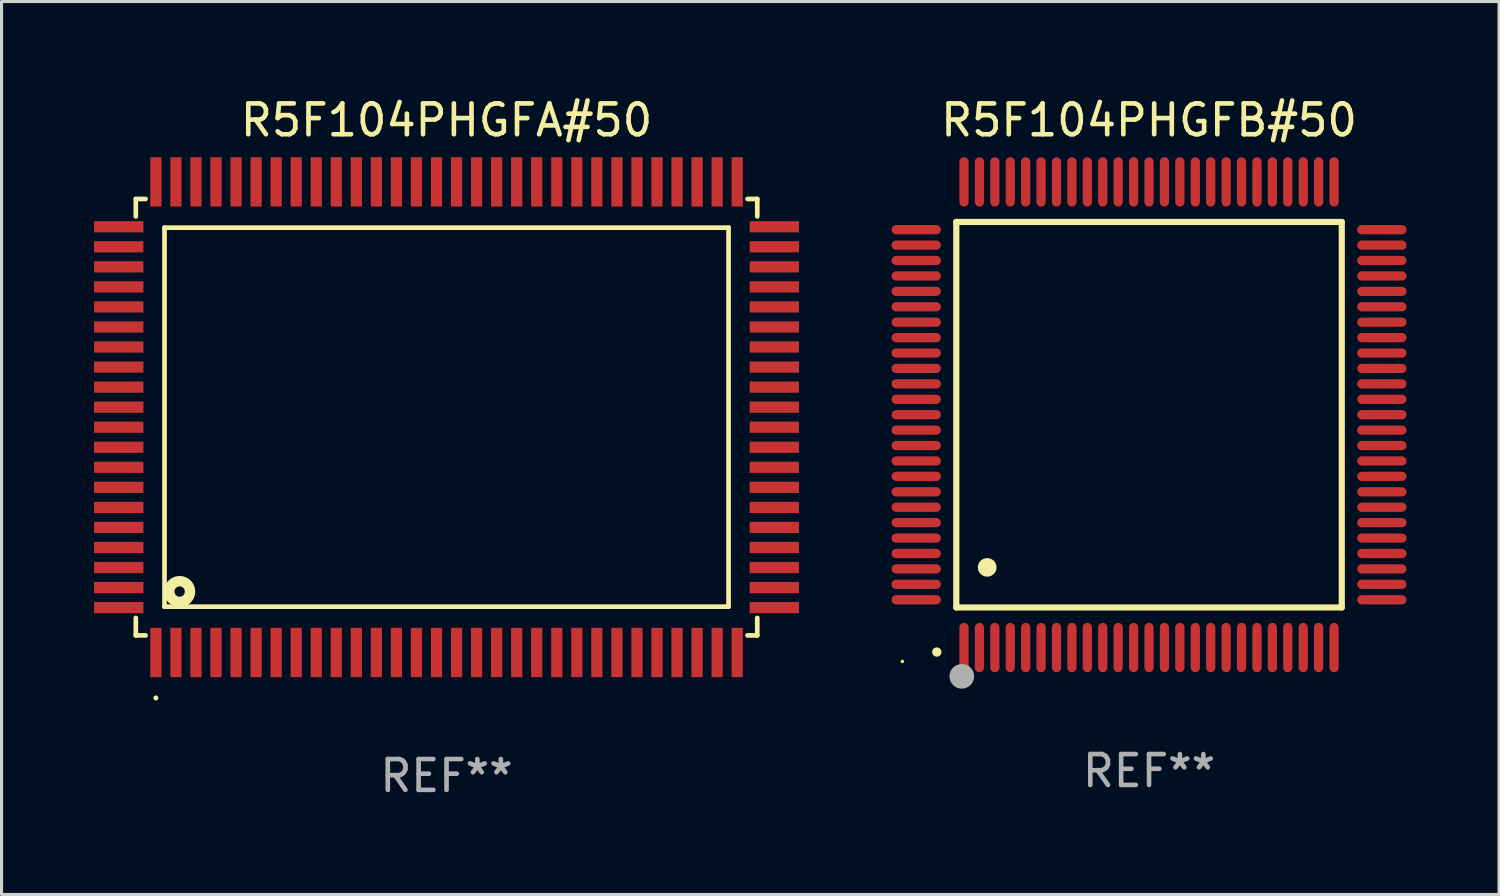
<source format=kicad_pcb>
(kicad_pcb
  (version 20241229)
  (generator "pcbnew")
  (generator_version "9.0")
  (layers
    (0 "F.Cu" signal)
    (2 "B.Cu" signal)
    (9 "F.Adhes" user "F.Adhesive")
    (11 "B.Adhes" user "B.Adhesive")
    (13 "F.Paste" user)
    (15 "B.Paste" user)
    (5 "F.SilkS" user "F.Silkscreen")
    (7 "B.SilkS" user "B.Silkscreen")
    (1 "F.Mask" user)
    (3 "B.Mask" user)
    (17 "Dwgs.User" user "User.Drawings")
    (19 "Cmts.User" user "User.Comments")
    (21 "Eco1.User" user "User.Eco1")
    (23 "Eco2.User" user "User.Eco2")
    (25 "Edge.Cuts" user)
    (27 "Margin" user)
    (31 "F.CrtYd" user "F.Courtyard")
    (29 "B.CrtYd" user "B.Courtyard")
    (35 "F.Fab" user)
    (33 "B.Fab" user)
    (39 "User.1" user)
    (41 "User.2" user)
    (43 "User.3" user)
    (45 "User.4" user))
  (footprint "R5F104PHGFB#50"
    (layer "F.Cu")
    (at 34.21 10.398)
    (property "Reference" "R5F104PHGFB#50" (at 0 -9.55 0) (layer "F.SilkS") (effects (font (size 1 1) (thickness 0.15))))
    (attr through_hole)
    (fp_line (start -6.25 -6.25) (end -6.25 6.25) (stroke (width 0.2) (type solid)) (layer "F.SilkS"))
    (fp_line (start -6.25 6.25) (end 6.25 6.25) (stroke (width 0.2) (type solid)) (layer "F.SilkS"))
    (fp_line (start 6.25 -6.25) (end -6.25 -6.25) (stroke (width 0.2) (type solid)) (layer "F.SilkS"))
    (fp_line (start 6.25 6.25) (end 6.25 -6.25) (stroke (width 0.2) (type solid)) (layer "F.SilkS"))
    (fp_arc (start -6.883414 7.696215) (mid -6.882144 7.69621) (end -6.880874 7.696215) (stroke (width 0.3) (type solid)) (layer "F.SilkS"))
    (fp_arc (start -5.250191 4.95047) (mid -5.247651 4.950459) (end -5.245111 4.95047) (stroke (width 0.6) (type solid)) (layer "F.SilkS"))
    (fp_circle (center -8 8) (end -7.97 8) (stroke (width 0.06) (type solid)) (fill no) (layer "F.SilkS"))
    (fp_circle (center -6.071 8.484) (end -5.871 8.484) (stroke (width 0.4) (type solid)) (fill no) (layer "F.Fab"))
    (fp_text user "REF**" (at 0 11.55 0) (layer "F.Fab") (effects (font (size 1 1) (thickness 0.15))))
    (pad "1" smd oval (at -6 7.55) (size 0.3 1.6) (layers "F.Cu" "F.Mask" "F.Paste"))
    (pad "2" smd oval (at -5.5 7.55) (size 0.3 1.6) (layers "F.Cu" "F.Mask" "F.Paste"))
    (pad "3" smd oval (at -5 7.55) (size 0.3 1.6) (layers "F.Cu" "F.Mask" "F.Paste"))
    (pad "4" smd oval (at -4.5 7.55) (size 0.3 1.6) (layers "F.Cu" "F.Mask" "F.Paste"))
    (pad "5" smd oval (at -4 7.55) (size 0.3 1.6) (layers "F.Cu" "F.Mask" "F.Paste"))
    (pad "6" smd oval (at -3.5 7.55) (size 0.3 1.6) (layers "F.Cu" "F.Mask" "F.Paste"))
    (pad "7" smd oval (at -3 7.55) (size 0.3 1.6) (layers "F.Cu" "F.Mask" "F.Paste"))
    (pad "8" smd oval (at -2.5 7.55) (size 0.3 1.6) (layers "F.Cu" "F.Mask" "F.Paste"))
    (pad "9" smd oval (at -2 7.55) (size 0.3 1.6) (layers "F.Cu" "F.Mask" "F.Paste"))
    (pad "10" smd oval (at -1.5 7.55) (size 0.3 1.6) (layers "F.Cu" "F.Mask" "F.Paste"))
    (pad "11" smd oval (at -1 7.55) (size 0.3 1.6) (layers "F.Cu" "F.Mask" "F.Paste"))
    (pad "12" smd oval (at -0.5 7.55) (size 0.3 1.6) (layers "F.Cu" "F.Mask" "F.Paste"))
    (pad "13" smd oval (at 0 7.55) (size 0.3 1.6) (layers "F.Cu" "F.Mask" "F.Paste"))
    (pad "14" smd oval (at 0.5 7.55) (size 0.3 1.6) (layers "F.Cu" "F.Mask" "F.Paste"))
    (pad "15" smd oval (at 1 7.55) (size 0.3 1.6) (layers "F.Cu" "F.Mask" "F.Paste"))
    (pad "16" smd oval (at 1.5 7.55) (size 0.3 1.6) (layers "F.Cu" "F.Mask" "F.Paste"))
    (pad "17" smd oval (at 2 7.55) (size 0.3 1.6) (layers "F.Cu" "F.Mask" "F.Paste"))
    (pad "18" smd oval (at 2.5 7.55) (size 0.3 1.6) (layers "F.Cu" "F.Mask" "F.Paste"))
    (pad "19" smd oval (at 3 7.55) (size 0.3 1.6) (layers "F.Cu" "F.Mask" "F.Paste"))
    (pad "20" smd oval (at 3.5 7.55) (size 0.3 1.6) (layers "F.Cu" "F.Mask" "F.Paste"))
    (pad "21" smd oval (at 4 7.55) (size 0.3 1.6) (layers "F.Cu" "F.Mask" "F.Paste"))
    (pad "22" smd oval (at 4.5 7.55) (size 0.3 1.6) (layers "F.Cu" "F.Mask" "F.Paste"))
    (pad "23" smd oval (at 5 7.55) (size 0.3 1.6) (layers "F.Cu" "F.Mask" "F.Paste"))
    (pad "24" smd oval (at 5.5 7.55) (size 0.3 1.6) (layers "F.Cu" "F.Mask" "F.Paste"))
    (pad "25" smd oval (at 6 7.55) (size 0.3 1.6) (layers "F.Cu" "F.Mask" "F.Paste"))
    (pad "26" smd oval (at 7.55 6) (size 1.6 0.3) (layers "F.Cu" "F.Mask" "F.Paste"))
    (pad "27" smd oval (at 7.55 5.5) (size 1.6 0.3) (layers "F.Cu" "F.Mask" "F.Paste"))
    (pad "28" smd oval (at 7.55 5) (size 1.6 0.3) (layers "F.Cu" "F.Mask" "F.Paste"))
    (pad "29" smd oval (at 7.55 4.5) (size 1.6 0.3) (layers "F.Cu" "F.Mask" "F.Paste"))
    (pad "30" smd oval (at 7.55 4) (size 1.6 0.3) (layers "F.Cu" "F.Mask" "F.Paste"))
    (pad "31" smd oval (at 7.55 3.5) (size 1.6 0.3) (layers "F.Cu" "F.Mask" "F.Paste"))
    (pad "32" smd oval (at 7.55 3) (size 1.6 0.3) (layers "F.Cu" "F.Mask" "F.Paste"))
    (pad "33" smd oval (at 7.55 2.5) (size 1.6 0.3) (layers "F.Cu" "F.Mask" "F.Paste"))
    (pad "34" smd oval (at 7.55 2) (size 1.6 0.3) (layers "F.Cu" "F.Mask" "F.Paste"))
    (pad "35" smd oval (at 7.55 1.5) (size 1.6 0.3) (layers "F.Cu" "F.Mask" "F.Paste"))
    (pad "36" smd oval (at 7.55 1) (size 1.6 0.3) (layers "F.Cu" "F.Mask" "F.Paste"))
    (pad "37" smd oval (at 7.55 0.5) (size 1.6 0.3) (layers "F.Cu" "F.Mask" "F.Paste"))
    (pad "38" smd oval (at 7.55 0) (size 1.6 0.3) (layers "F.Cu" "F.Mask" "F.Paste"))
    (pad "39" smd oval (at 7.55 -0.5) (size 1.6 0.3) (layers "F.Cu" "F.Mask" "F.Paste"))
    (pad "40" smd oval (at 7.55 -1) (size 1.6 0.3) (layers "F.Cu" "F.Mask" "F.Paste"))
    (pad "41" smd oval (at 7.55 -1.5) (size 1.6 0.3) (layers "F.Cu" "F.Mask" "F.Paste"))
    (pad "42" smd oval (at 7.55 -2) (size 1.6 0.3) (layers "F.Cu" "F.Mask" "F.Paste"))
    (pad "43" smd oval (at 7.55 -2.5) (size 1.6 0.3) (layers "F.Cu" "F.Mask" "F.Paste"))
    (pad "44" smd oval (at 7.55 -3) (size 1.6 0.3) (layers "F.Cu" "F.Mask" "F.Paste"))
    (pad "45" smd oval (at 7.55 -3.5) (size 1.6 0.3) (layers "F.Cu" "F.Mask" "F.Paste"))
    (pad "46" smd oval (at 7.55 -4) (size 1.6 0.3) (layers "F.Cu" "F.Mask" "F.Paste"))
    (pad "47" smd oval (at 7.55 -4.5) (size 1.6 0.3) (layers "F.Cu" "F.Mask" "F.Paste"))
    (pad "48" smd oval (at 7.55 -5) (size 1.6 0.3) (layers "F.Cu" "F.Mask" "F.Paste"))
    (pad "49" smd oval (at 7.55 -5.5) (size 1.6 0.3) (layers "F.Cu" "F.Mask" "F.Paste"))
    (pad "50" smd oval (at 7.55 -6) (size 1.6 0.3) (layers "F.Cu" "F.Mask" "F.Paste"))
    (pad "51" smd oval (at 6 -7.55) (size 0.3 1.6) (layers "F.Cu" "F.Mask" "F.Paste"))
    (pad "52" smd oval (at 5.5 -7.55) (size 0.3 1.6) (layers "F.Cu" "F.Mask" "F.Paste"))
    (pad "53" smd oval (at 5 -7.55) (size 0.3 1.6) (layers "F.Cu" "F.Mask" "F.Paste"))
    (pad "54" smd oval (at 4.5 -7.55) (size 0.3 1.6) (layers "F.Cu" "F.Mask" "F.Paste"))
    (pad "55" smd oval (at 4 -7.55) (size 0.3 1.6) (layers "F.Cu" "F.Mask" "F.Paste"))
    (pad "56" smd oval (at 3.5 -7.55) (size 0.3 1.6) (layers "F.Cu" "F.Mask" "F.Paste"))
    (pad "57" smd oval (at 3 -7.55) (size 0.3 1.6) (layers "F.Cu" "F.Mask" "F.Paste"))
    (pad "58" smd oval (at 2.5 -7.55) (size 0.3 1.6) (layers "F.Cu" "F.Mask" "F.Paste"))
    (pad "59" smd oval (at 2 -7.55) (size 0.3 1.6) (layers "F.Cu" "F.Mask" "F.Paste"))
    (pad "60" smd oval (at 1.5 -7.55) (size 0.3 1.6) (layers "F.Cu" "F.Mask" "F.Paste"))
    (pad "61" smd oval (at 1 -7.55) (size 0.3 1.6) (layers "F.Cu" "F.Mask" "F.Paste"))
    (pad "62" smd oval (at 0.5 -7.55) (size 0.3 1.6) (layers "F.Cu" "F.Mask" "F.Paste"))
    (pad "63" smd oval (at 0 -7.55) (size 0.3 1.6) (layers "F.Cu" "F.Mask" "F.Paste"))
    (pad "64" smd oval (at -0.5 -7.55) (size 0.3 1.6) (layers "F.Cu" "F.Mask" "F.Paste"))
    (pad "65" smd oval (at -1 -7.55) (size 0.3 1.6) (layers "F.Cu" "F.Mask" "F.Paste"))
    (pad "66" smd oval (at -1.5 -7.55) (size 0.3 1.6) (layers "F.Cu" "F.Mask" "F.Paste"))
    (pad "67" smd oval (at -2 -7.55) (size 0.3 1.6) (layers "F.Cu" "F.Mask" "F.Paste"))
    (pad "68" smd oval (at -2.5 -7.55) (size 0.3 1.6) (layers "F.Cu" "F.Mask" "F.Paste"))
    (pad "69" smd oval (at -3 -7.55) (size 0.3 1.6) (layers "F.Cu" "F.Mask" "F.Paste"))
    (pad "70" smd oval (at -3.5 -7.55) (size 0.3 1.6) (layers "F.Cu" "F.Mask" "F.Paste"))
    (pad "71" smd oval (at -4 -7.55) (size 0.3 1.6) (layers "F.Cu" "F.Mask" "F.Paste"))
    (pad "72" smd oval (at -4.5 -7.55) (size 0.3 1.6) (layers "F.Cu" "F.Mask" "F.Paste"))
    (pad "73" smd oval (at -5 -7.55) (size 0.3 1.6) (layers "F.Cu" "F.Mask" "F.Paste"))
    (pad "74" smd oval (at -5.5 -7.55) (size 0.3 1.6) (layers "F.Cu" "F.Mask" "F.Paste"))
    (pad "75" smd oval (at -6 -7.55) (size 0.3 1.6) (layers "F.Cu" "F.Mask" "F.Paste"))
    (pad "76" smd oval (at -7.55 -6) (size 1.6 0.3) (layers "F.Cu" "F.Mask" "F.Paste"))
    (pad "77" smd oval (at -7.55 -5.5) (size 1.6 0.3) (layers "F.Cu" "F.Mask" "F.Paste"))
    (pad "78" smd oval (at -7.55 -5) (size 1.6 0.3) (layers "F.Cu" "F.Mask" "F.Paste"))
    (pad "79" smd oval (at -7.55 -4.5) (size 1.6 0.3) (layers "F.Cu" "F.Mask" "F.Paste"))
    (pad "80" smd oval (at -7.55 -4) (size 1.6 0.3) (layers "F.Cu" "F.Mask" "F.Paste"))
    (pad "81" smd oval (at -7.55 -3.5) (size 1.6 0.3) (layers "F.Cu" "F.Mask" "F.Paste"))
    (pad "82" smd oval (at -7.55 -3) (size 1.6 0.3) (layers "F.Cu" "F.Mask" "F.Paste"))
    (pad "83" smd oval (at -7.55 -2.5) (size 1.6 0.3) (layers "F.Cu" "F.Mask" "F.Paste"))
    (pad "84" smd oval (at -7.55 -2) (size 1.6 0.3) (layers "F.Cu" "F.Mask" "F.Paste"))
    (pad "85" smd oval (at -7.55 -1.5) (size 1.6 0.3) (layers "F.Cu" "F.Mask" "F.Paste"))
    (pad "86" smd oval (at -7.55 -1) (size 1.6 0.3) (layers "F.Cu" "F.Mask" "F.Paste"))
    (pad "87" smd oval (at -7.55 -0.5) (size 1.6 0.3) (layers "F.Cu" "F.Mask" "F.Paste"))
    (pad "88" smd oval (at -7.55 0) (size 1.6 0.3) (layers "F.Cu" "F.Mask" "F.Paste"))
    (pad "89" smd oval (at -7.55 0.5) (size 1.6 0.3) (layers "F.Cu" "F.Mask" "F.Paste"))
    (pad "90" smd oval (at -7.55 1) (size 1.6 0.3) (layers "F.Cu" "F.Mask" "F.Paste"))
    (pad "91" smd oval (at -7.55 1.5) (size 1.6 0.3) (layers "F.Cu" "F.Mask" "F.Paste"))
    (pad "92" smd oval (at -7.55 2) (size 1.6 0.3) (layers "F.Cu" "F.Mask" "F.Paste"))
    (pad "93" smd oval (at -7.55 2.5) (size 1.6 0.3) (layers "F.Cu" "F.Mask" "F.Paste"))
    (pad "94" smd oval (at -7.55 3) (size 1.6 0.3) (layers "F.Cu" "F.Mask" "F.Paste"))
    (pad "95" smd oval (at -7.55 3.5) (size 1.6 0.3) (layers "F.Cu" "F.Mask" "F.Paste"))
    (pad "96" smd oval (at -7.55 4) (size 1.6 0.3) (layers "F.Cu" "F.Mask" "F.Paste"))
    (pad "97" smd oval (at -7.55 4.5) (size 1.6 0.3) (layers "F.Cu" "F.Mask" "F.Paste"))
    (pad "98" smd oval (at -7.55 5) (size 1.6 0.3) (layers "F.Cu" "F.Mask" "F.Paste"))
    (pad "99" smd oval (at -7.55 5.5) (size 1.6 0.3) (layers "F.Cu" "F.Mask" "F.Paste"))
    (pad "100" smd oval (at -7.55 6) (size 1.6 0.3) (layers "F.Cu" "F.Mask" "F.Paste")))
  (footprint "R5F104PHGFA#50"
    (layer "F.Cu")
    (at 11.43 10.478)
    (property "Reference" "R5F104PHGFA#50" (at 0 -9.63 0) (layer "F.SilkS") (effects (font (size 1 1) (thickness 0.15))))
    (attr through_hole)
    (fp_line (start -10.076 -7.076) (end -10.076 -6.509) (stroke (width 0.152) (type solid)) (layer "F.SilkS"))
    (fp_line (start -10.076 7.076) (end -10.076 6.509) (stroke (width 0.152) (type solid)) (layer "F.SilkS"))
    (fp_line (start -9.759 -7.076) (end -10.076 -7.076) (stroke (width 0.152) (type solid)) (layer "F.SilkS"))
    (fp_line (start -9.759 7.076) (end -10.076 7.076) (stroke (width 0.152) (type solid)) (layer "F.SilkS"))
    (fp_line (start -9.145 -6.145) (end 9.145 -6.145) (stroke (width 0.152) (type solid)) (layer "F.SilkS"))
    (fp_line (start -9.145 6.145) (end -9.145 -6.145) (stroke (width 0.152) (type solid)) (layer "F.SilkS"))
    (fp_line (start 9.145 -6.145) (end 9.145 6.145) (stroke (width 0.152) (type solid)) (layer "F.SilkS"))
    (fp_line (start 9.145 6.145) (end -9.145 6.145) (stroke (width 0.152) (type solid)) (layer "F.SilkS"))
    (fp_line (start 9.759 -7.076) (end 10.076 -7.076) (stroke (width 0.152) (type solid)) (layer "F.SilkS"))
    (fp_line (start 9.759 7.076) (end 10.076 7.076) (stroke (width 0.152) (type solid)) (layer "F.SilkS"))
    (fp_line (start 10.076 -7.076) (end 10.076 -6.509) (stroke (width 0.152) (type solid)) (layer "F.SilkS"))
    (fp_line (start 10.076 7.076) (end 10.076 6.509) (stroke (width 0.152) (type solid)) (layer "F.SilkS"))
    (fp_circle (center -9.425 9.105) (end -9.384 9.105) (stroke (width 0.081) (type solid)) (fill no) (layer "F.SilkS"))
    (fp_circle (center -8.655 5.655) (end -8.487 5.655) (stroke (width 0.338) (type solid)) (fill no) (layer "F.SilkS"))
    (fp_text user "REF**" (at 0 11.63 0) (layer "F.Fab") (effects (font (size 1 1) (thickness 0.15))))
    (pad "1" smd rect (at -9.425 7.63) (size 0.364 1.6) (layers "F.Cu" "F.Mask" "F.Paste"))
    (pad "2" smd rect (at -8.775 7.63) (size 0.364 1.6) (layers "F.Cu" "F.Mask" "F.Paste"))
    (pad "3" smd rect (at -8.125 7.63) (size 0.364 1.6) (layers "F.Cu" "F.Mask" "F.Paste"))
    (pad "4" smd rect (at -7.475 7.63) (size 0.364 1.6) (layers "F.Cu" "F.Mask" "F.Paste"))
    (pad "5" smd rect (at -6.825 7.63) (size 0.364 1.6) (layers "F.Cu" "F.Mask" "F.Paste"))
    (pad "6" smd rect (at -6.175 7.63) (size 0.364 1.6) (layers "F.Cu" "F.Mask" "F.Paste"))
    (pad "7" smd rect (at -5.525 7.63) (size 0.364 1.6) (layers "F.Cu" "F.Mask" "F.Paste"))
    (pad "8" smd rect (at -4.875 7.63) (size 0.364 1.6) (layers "F.Cu" "F.Mask" "F.Paste"))
    (pad "9" smd rect (at -4.225 7.63) (size 0.364 1.6) (layers "F.Cu" "F.Mask" "F.Paste"))
    (pad "10" smd rect (at -3.575 7.63) (size 0.364 1.6) (layers "F.Cu" "F.Mask" "F.Paste"))
    (pad "11" smd rect (at -2.925 7.63) (size 0.364 1.6) (layers "F.Cu" "F.Mask" "F.Paste"))
    (pad "12" smd rect (at -2.275 7.63) (size 0.364 1.6) (layers "F.Cu" "F.Mask" "F.Paste"))
    (pad "13" smd rect (at -1.625 7.63) (size 0.364 1.6) (layers "F.Cu" "F.Mask" "F.Paste"))
    (pad "14" smd rect (at -0.975 7.63) (size 0.364 1.6) (layers "F.Cu" "F.Mask" "F.Paste"))
    (pad "15" smd rect (at -0.325 7.63) (size 0.364 1.6) (layers "F.Cu" "F.Mask" "F.Paste"))
    (pad "16" smd rect (at 0.325 7.63) (size 0.364 1.6) (layers "F.Cu" "F.Mask" "F.Paste"))
    (pad "17" smd rect (at 0.975 7.63) (size 0.364 1.6) (layers "F.Cu" "F.Mask" "F.Paste"))
    (pad "18" smd rect (at 1.625 7.63) (size 0.364 1.6) (layers "F.Cu" "F.Mask" "F.Paste"))
    (pad "19" smd rect (at 2.275 7.63) (size 0.364 1.6) (layers "F.Cu" "F.Mask" "F.Paste"))
    (pad "20" smd rect (at 2.925 7.63) (size 0.364 1.6) (layers "F.Cu" "F.Mask" "F.Paste"))
    (pad "21" smd rect (at 3.575 7.63) (size 0.364 1.6) (layers "F.Cu" "F.Mask" "F.Paste"))
    (pad "22" smd rect (at 4.225 7.63) (size 0.364 1.6) (layers "F.Cu" "F.Mask" "F.Paste"))
    (pad "23" smd rect (at 4.875 7.63) (size 0.364 1.6) (layers "F.Cu" "F.Mask" "F.Paste"))
    (pad "24" smd rect (at 5.525 7.63) (size 0.364 1.6) (layers "F.Cu" "F.Mask" "F.Paste"))
    (pad "25" smd rect (at 6.175 7.63) (size 0.364 1.6) (layers "F.Cu" "F.Mask" "F.Paste"))
    (pad "26" smd rect (at 6.825 7.63) (size 0.364 1.6) (layers "F.Cu" "F.Mask" "F.Paste"))
    (pad "27" smd rect (at 7.475 7.63) (size 0.364 1.6) (layers "F.Cu" "F.Mask" "F.Paste"))
    (pad "28" smd rect (at 8.125 7.63) (size 0.364 1.6) (layers "F.Cu" "F.Mask" "F.Paste"))
    (pad "29" smd rect (at 8.775 7.63) (size 0.364 1.6) (layers "F.Cu" "F.Mask" "F.Paste"))
    (pad "30" smd rect (at 9.425 7.63) (size 0.364 1.6) (layers "F.Cu" "F.Mask" "F.Paste"))
    (pad "31" smd rect (at 10.63 6.175) (size 1.6 0.364) (layers "F.Cu" "F.Mask" "F.Paste"))
    (pad "32" smd rect (at 10.63 5.525) (size 1.6 0.364) (layers "F.Cu" "F.Mask" "F.Paste"))
    (pad "33" smd rect (at 10.63 4.875) (size 1.6 0.364) (layers "F.Cu" "F.Mask" "F.Paste"))
    (pad "34" smd rect (at 10.63 4.225) (size 1.6 0.364) (layers "F.Cu" "F.Mask" "F.Paste"))
    (pad "35" smd rect (at 10.63 3.575) (size 1.6 0.364) (layers "F.Cu" "F.Mask" "F.Paste"))
    (pad "36" smd rect (at 10.63 2.925) (size 1.6 0.364) (layers "F.Cu" "F.Mask" "F.Paste"))
    (pad "37" smd rect (at 10.63 2.275) (size 1.6 0.364) (layers "F.Cu" "F.Mask" "F.Paste"))
    (pad "38" smd rect (at 10.63 1.625) (size 1.6 0.364) (layers "F.Cu" "F.Mask" "F.Paste"))
    (pad "39" smd rect (at 10.63 0.975) (size 1.6 0.364) (layers "F.Cu" "F.Mask" "F.Paste"))
    (pad "40" smd rect (at 10.63 0.325) (size 1.6 0.364) (layers "F.Cu" "F.Mask" "F.Paste"))
    (pad "41" smd rect (at 10.63 -0.325) (size 1.6 0.364) (layers "F.Cu" "F.Mask" "F.Paste"))
    (pad "42" smd rect (at 10.63 -0.975) (size 1.6 0.364) (layers "F.Cu" "F.Mask" "F.Paste"))
    (pad "43" smd rect (at 10.63 -1.625) (size 1.6 0.364) (layers "F.Cu" "F.Mask" "F.Paste"))
    (pad "44" smd rect (at 10.63 -2.275) (size 1.6 0.364) (layers "F.Cu" "F.Mask" "F.Paste"))
    (pad "45" smd rect (at 10.63 -2.925) (size 1.6 0.364) (layers "F.Cu" "F.Mask" "F.Paste"))
    (pad "46" smd rect (at 10.63 -3.575) (size 1.6 0.364) (layers "F.Cu" "F.Mask" "F.Paste"))
    (pad "47" smd rect (at 10.63 -4.225) (size 1.6 0.364) (layers "F.Cu" "F.Mask" "F.Paste"))
    (pad "48" smd rect (at 10.63 -4.875) (size 1.6 0.364) (layers "F.Cu" "F.Mask" "F.Paste"))
    (pad "49" smd rect (at 10.63 -5.525) (size 1.6 0.364) (layers "F.Cu" "F.Mask" "F.Paste"))
    (pad "50" smd rect (at 10.63 -6.175) (size 1.6 0.364) (layers "F.Cu" "F.Mask" "F.Paste"))
    (pad "51" smd rect (at 9.425 -7.63) (size 0.364 1.6) (layers "F.Cu" "F.Mask" "F.Paste"))
    (pad "52" smd rect (at 8.775 -7.63) (size 0.364 1.6) (layers "F.Cu" "F.Mask" "F.Paste"))
    (pad "53" smd rect (at 8.125 -7.63) (size 0.364 1.6) (layers "F.Cu" "F.Mask" "F.Paste"))
    (pad "54" smd rect (at 7.475 -7.63) (size 0.364 1.6) (layers "F.Cu" "F.Mask" "F.Paste"))
    (pad "55" smd rect (at 6.825 -7.63) (size 0.364 1.6) (layers "F.Cu" "F.Mask" "F.Paste"))
    (pad "56" smd rect (at 6.175 -7.63) (size 0.364 1.6) (layers "F.Cu" "F.Mask" "F.Paste"))
    (pad "57" smd rect (at 5.525 -7.63) (size 0.364 1.6) (layers "F.Cu" "F.Mask" "F.Paste"))
    (pad "58" smd rect (at 4.875 -7.63) (size 0.364 1.6) (layers "F.Cu" "F.Mask" "F.Paste"))
    (pad "59" smd rect (at 4.225 -7.63) (size 0.364 1.6) (layers "F.Cu" "F.Mask" "F.Paste"))
    (pad "60" smd rect (at 3.575 -7.63) (size 0.364 1.6) (layers "F.Cu" "F.Mask" "F.Paste"))
    (pad "61" smd rect (at 2.925 -7.63) (size 0.364 1.6) (layers "F.Cu" "F.Mask" "F.Paste"))
    (pad "62" smd rect (at 2.275 -7.63) (size 0.364 1.6) (layers "F.Cu" "F.Mask" "F.Paste"))
    (pad "63" smd rect (at 1.625 -7.63) (size 0.364 1.6) (layers "F.Cu" "F.Mask" "F.Paste"))
    (pad "64" smd rect (at 0.975 -7.63) (size 0.364 1.6) (layers "F.Cu" "F.Mask" "F.Paste"))
    (pad "65" smd rect (at 0.325 -7.63) (size 0.364 1.6) (layers "F.Cu" "F.Mask" "F.Paste"))
    (pad "66" smd rect (at -0.325 -7.63) (size 0.364 1.6) (layers "F.Cu" "F.Mask" "F.Paste"))
    (pad "67" smd rect (at -0.975 -7.63) (size 0.364 1.6) (layers "F.Cu" "F.Mask" "F.Paste"))
    (pad "68" smd rect (at -1.625 -7.63) (size 0.364 1.6) (layers "F.Cu" "F.Mask" "F.Paste"))
    (pad "69" smd rect (at -2.275 -7.63) (size 0.364 1.6) (layers "F.Cu" "F.Mask" "F.Paste"))
    (pad "70" smd rect (at -2.925 -7.63) (size 0.364 1.6) (layers "F.Cu" "F.Mask" "F.Paste"))
    (pad "71" smd rect (at -3.575 -7.63) (size 0.364 1.6) (layers "F.Cu" "F.Mask" "F.Paste"))
    (pad "72" smd rect (at -4.225 -7.63) (size 0.364 1.6) (layers "F.Cu" "F.Mask" "F.Paste"))
    (pad "73" smd rect (at -4.875 -7.63) (size 0.364 1.6) (layers "F.Cu" "F.Mask" "F.Paste"))
    (pad "74" smd rect (at -5.525 -7.63) (size 0.364 1.6) (layers "F.Cu" "F.Mask" "F.Paste"))
    (pad "75" smd rect (at -6.175 -7.63) (size 0.364 1.6) (layers "F.Cu" "F.Mask" "F.Paste"))
    (pad "76" smd rect (at -6.825 -7.63) (size 0.364 1.6) (layers "F.Cu" "F.Mask" "F.Paste"))
    (pad "77" smd rect (at -7.475 -7.63) (size 0.364 1.6) (layers "F.Cu" "F.Mask" "F.Paste"))
    (pad "78" smd rect (at -8.125 -7.63) (size 0.364 1.6) (layers "F.Cu" "F.Mask" "F.Paste"))
    (pad "79" smd rect (at -8.775 -7.63) (size 0.364 1.6) (layers "F.Cu" "F.Mask" "F.Paste"))
    (pad "80" smd rect (at -9.425 -7.63) (size 0.364 1.6) (layers "F.Cu" "F.Mask" "F.Paste"))
    (pad "81" smd rect (at -10.63 -6.175) (size 1.6 0.364) (layers "F.Cu" "F.Mask" "F.Paste"))
    (pad "82" smd rect (at -10.63 -5.525) (size 1.6 0.364) (layers "F.Cu" "F.Mask" "F.Paste"))
    (pad "83" smd rect (at -10.63 -4.875) (size 1.6 0.364) (layers "F.Cu" "F.Mask" "F.Paste"))
    (pad "84" smd rect (at -10.63 -4.225) (size 1.6 0.364) (layers "F.Cu" "F.Mask" "F.Paste"))
    (pad "85" smd rect (at -10.63 -3.575) (size 1.6 0.364) (layers "F.Cu" "F.Mask" "F.Paste"))
    (pad "86" smd rect (at -10.63 -2.925) (size 1.6 0.364) (layers "F.Cu" "F.Mask" "F.Paste"))
    (pad "87" smd rect (at -10.63 -2.275) (size 1.6 0.364) (layers "F.Cu" "F.Mask" "F.Paste"))
    (pad "88" smd rect (at -10.63 -1.625) (size 1.6 0.364) (layers "F.Cu" "F.Mask" "F.Paste"))
    (pad "89" smd rect (at -10.63 -0.975) (size 1.6 0.364) (layers "F.Cu" "F.Mask" "F.Paste"))
    (pad "90" smd rect (at -10.63 -0.325) (size 1.6 0.364) (layers "F.Cu" "F.Mask" "F.Paste"))
    (pad "91" smd rect (at -10.63 0.325) (size 1.6 0.364) (layers "F.Cu" "F.Mask" "F.Paste"))
    (pad "92" smd rect (at -10.63 0.975) (size 1.6 0.364) (layers "F.Cu" "F.Mask" "F.Paste"))
    (pad "93" smd rect (at -10.63 1.625) (size 1.6 0.364) (layers "F.Cu" "F.Mask" "F.Paste"))
    (pad "94" smd rect (at -10.63 2.275) (size 1.6 0.364) (layers "F.Cu" "F.Mask" "F.Paste"))
    (pad "95" smd rect (at -10.63 2.925) (size 1.6 0.364) (layers "F.Cu" "F.Mask" "F.Paste"))
    (pad "96" smd rect (at -10.63 3.575) (size 1.6 0.364) (layers "F.Cu" "F.Mask" "F.Paste"))
    (pad "97" smd rect (at -10.63 4.225) (size 1.6 0.364) (layers "F.Cu" "F.Mask" "F.Paste"))
    (pad "98" smd rect (at -10.63 4.875) (size 1.6 0.364) (layers "F.Cu" "F.Mask" "F.Paste"))
    (pad "99" smd rect (at -10.63 5.525) (size 1.6 0.364) (layers "F.Cu" "F.Mask" "F.Paste"))
    (pad "100" smd rect (at -10.63 6.175) (size 1.6 0.364) (layers "F.Cu" "F.Mask" "F.Paste")))
  (gr_rect
    (start -3 -3)
    (end 45.56 25.956)
    (stroke (width 0.1) (type default))
    (fill no)
    (layer "Edge.Cuts")))
</source>
